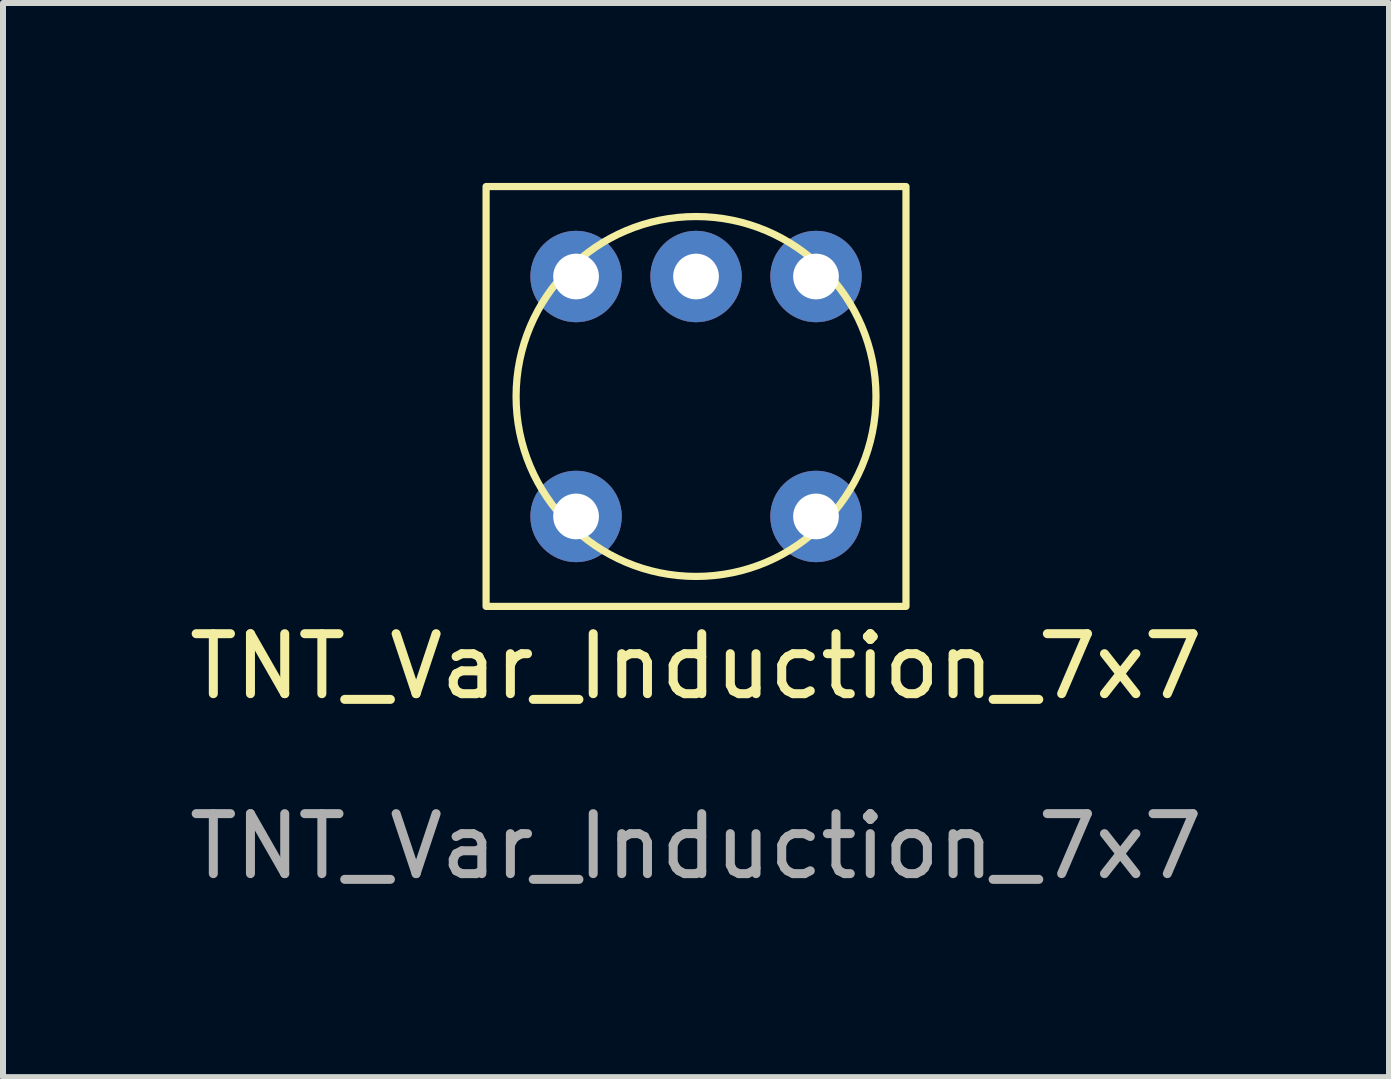
<source format=kicad_pcb>
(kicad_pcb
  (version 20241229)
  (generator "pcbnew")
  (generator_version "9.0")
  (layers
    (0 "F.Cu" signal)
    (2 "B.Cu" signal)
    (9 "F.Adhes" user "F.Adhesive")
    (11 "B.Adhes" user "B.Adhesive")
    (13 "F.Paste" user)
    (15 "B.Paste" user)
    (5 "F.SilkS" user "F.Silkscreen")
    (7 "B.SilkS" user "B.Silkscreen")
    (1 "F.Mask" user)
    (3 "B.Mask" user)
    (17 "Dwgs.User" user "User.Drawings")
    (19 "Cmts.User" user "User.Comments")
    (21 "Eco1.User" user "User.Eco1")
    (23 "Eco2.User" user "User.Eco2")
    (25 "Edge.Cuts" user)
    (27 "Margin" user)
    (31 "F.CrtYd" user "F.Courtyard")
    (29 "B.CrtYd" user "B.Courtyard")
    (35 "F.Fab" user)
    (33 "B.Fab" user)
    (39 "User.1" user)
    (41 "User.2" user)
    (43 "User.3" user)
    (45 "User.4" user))
  (footprint "TNT_Var_Induction_7x7"
    (layer "F.Cu")
    (at 8.554 8.56)
    (property "Reference" "TNT_Var_Induction_7x7" (at 0 -0.5 0) (unlocked yes) (layer "F.SilkS") (effects (font (size 1 1) (thickness 0.15))))
    (attr through_hole)
    (fp_rect (start -3.5 -8.5) (end 3.5 -1.5) (stroke (width 0.12) (type solid)) (fill no) (layer "F.SilkS"))
    (fp_circle (center 0 -5) (end 3 -5) (stroke (width 0.12) (type solid)) (fill no) (layer "F.SilkS"))
    (fp_text user "${REFERENCE}" (at 0 2.5 0) (unlocked yes) (layer "F.Fab") (effects (font (size 1 1) (thickness 0.15))))
    (pad "1" thru_hole circle (at -2 -7) (size 1.524 1.524) (drill 0.762) (layers "*.Cu" "*.Mask"))
    (pad "2" thru_hole circle (at 0 -7) (size 1.524 1.524) (drill 0.762) (layers "*.Cu" "*.Mask"))
    (pad "3" thru_hole circle (at 2 -7) (size 1.524 1.524) (drill 0.762) (layers "*.Cu" "*.Mask"))
    (pad "4" thru_hole circle (at -2 -3) (size 1.524 1.524) (drill 0.762) (layers "*.Cu" "*.Mask"))
    (pad "5" thru_hole circle (at 2 -3) (size 1.524 1.524) (drill 0.762) (layers "*.Cu" "*.Mask")))
  (gr_rect
    (start -3 -3)
    (end 20.107 14.908)
    (stroke (width 0.1) (type default))
    (fill no)
    (layer "Edge.Cuts")))
</source>
